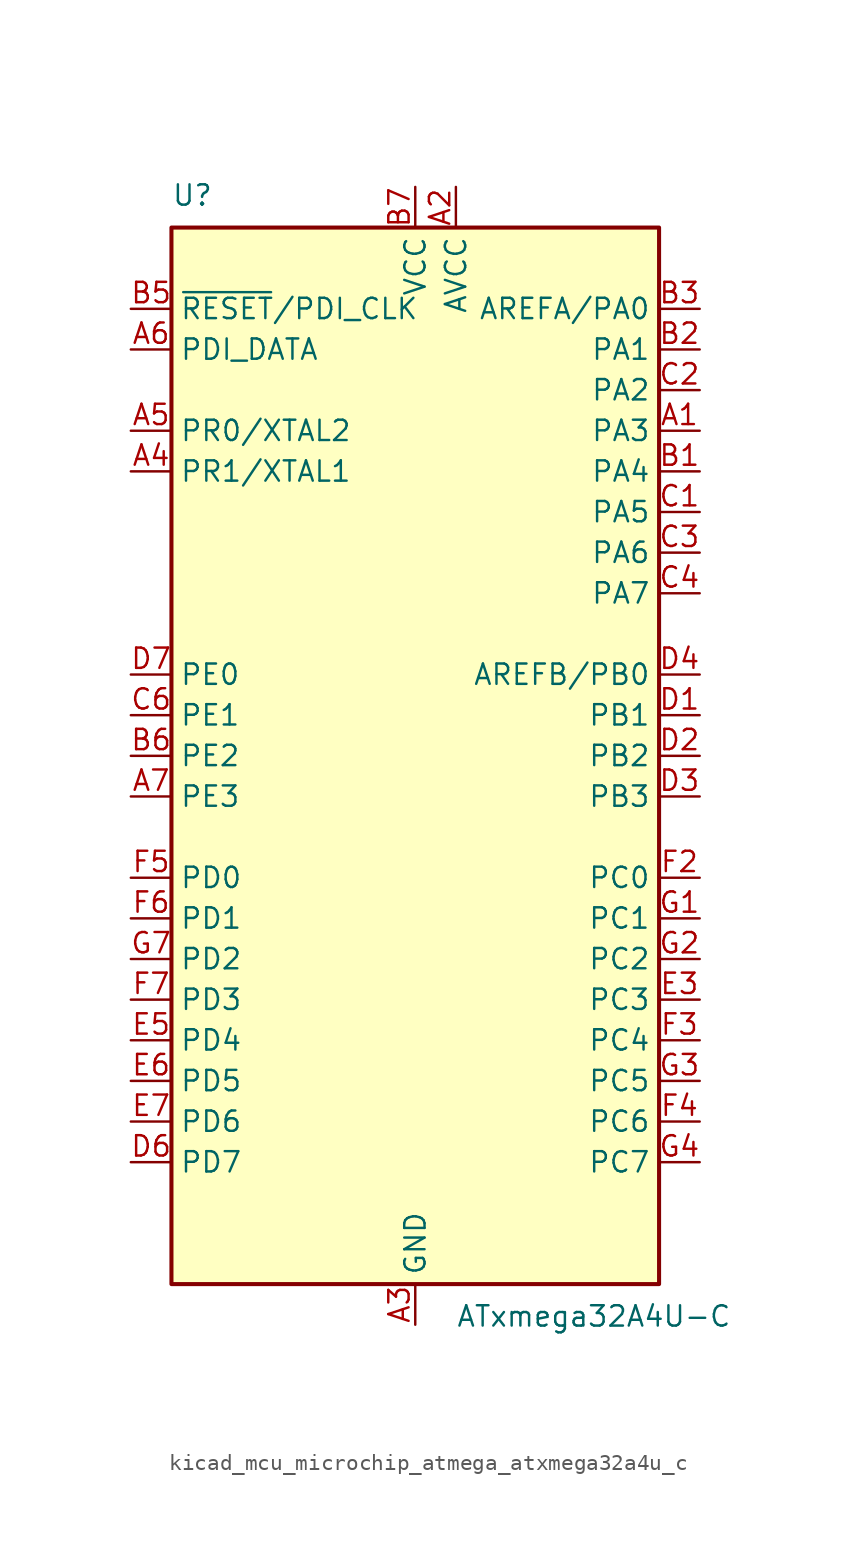
<source format=kicad_sym>
(kicad_symbol_lib
  (version 20220914)
  (generator kicad_symbol_editor)
  (symbol "kicad_mcu_microchip_atmega_atxmega32a4u_c"
    (property "Reference" "U"
      (at -15.24 34.29 0)
      (effects (font (size 1.27 1.27)) (justify left bottom)))
    (property "Value" "ATxmega32A4U-C"
      (at 2.54 -34.29 0)
      (effects (font (size 1.27 1.27)) (justify left top)))
    (symbol "kicad_mcu_microchip_atmega_atxmega32a4u_c_0_1"
      (rectangle (start -15.24 -33.02) (end 15.24 33.02) (stroke (width 0.254) (type default)) (fill (type background))))
    (symbol "kicad_mcu_microchip_atmega_atxmega32a4u_c_1_1"
      (pin bidirectional line (at 17.78 20.32 180) (length 2.54) (name "PA3" (effects (font (size 1.27 1.27)))) (number "A1" (effects (font (size 1.27 1.27)))))
      (pin power_in line (at 2.54 35.56 270) (length 2.54) (name "AVCC" (effects (font (size 1.27 1.27)))) (number "A2" (effects (font (size 1.27 1.27)))))
      (pin power_in line (at 0 -35.56 90) (length 2.54) (name "GND" (effects (font (size 1.27 1.27)))) (number "A3" (effects (font (size 1.27 1.27)))))
      (pin bidirectional line (at -17.78 17.78 0) (length 2.54) (name "PR1/XTAL1" (effects (font (size 1.27 1.27)))) (number "A4" (effects (font (size 1.27 1.27)))))
      (pin bidirectional line (at -17.78 20.32 0) (length 2.54) (name "PR0/XTAL2" (effects (font (size 1.27 1.27)))) (number "A5" (effects (font (size 1.27 1.27)))))
      (pin bidirectional line (at -17.78 25.4 0) (length 2.54) (name "PDI_DATA" (effects (font (size 1.27 1.27)))) (number "A6" (effects (font (size 1.27 1.27)))))
      (pin bidirectional line (at -17.78 -2.54 0) (length 2.54) (name "PE3" (effects (font (size 1.27 1.27)))) (number "A7" (effects (font (size 1.27 1.27)))))
      (pin bidirectional line (at 17.78 17.78 180) (length 2.54) (name "PA4" (effects (font (size 1.27 1.27)))) (number "B1" (effects (font (size 1.27 1.27)))))
      (pin bidirectional line (at 17.78 25.4 180) (length 2.54) (name "PA1" (effects (font (size 1.27 1.27)))) (number "B2" (effects (font (size 1.27 1.27)))))
      (pin bidirectional line (at 17.78 27.94 180) (length 2.54) (name "AREFA/PA0" (effects (font (size 1.27 1.27)))) (number "B3" (effects (font (size 1.27 1.27)))))
      (pin passive line (at 0 -35.56 90) (length 2.54) hide (name "GND" (effects (font (size 1.27 1.27)))) (number "B4" (effects (font (size 1.27 1.27)))))
      (pin input line (at -17.78 27.94 0) (length 2.54) (name "~{RESET}/PDI_CLK" (effects (font (size 1.27 1.27)))) (number "B5" (effects (font (size 1.27 1.27)))))
      (pin bidirectional line (at -17.78 0 0) (length 2.54) (name "PE2" (effects (font (size 1.27 1.27)))) (number "B6" (effects (font (size 1.27 1.27)))))
      (pin power_in line (at 0 35.56 270) (length 2.54) (name "VCC" (effects (font (size 1.27 1.27)))) (number "B7" (effects (font (size 1.27 1.27)))))
      (pin bidirectional line (at 17.78 15.24 180) (length 2.54) (name "PA5" (effects (font (size 1.27 1.27)))) (number "C1" (effects (font (size 1.27 1.27)))))
      (pin bidirectional line (at 17.78 22.86 180) (length 2.54) (name "PA2" (effects (font (size 1.27 1.27)))) (number "C2" (effects (font (size 1.27 1.27)))))
      (pin bidirectional line (at 17.78 12.7 180) (length 2.54) (name "PA6" (effects (font (size 1.27 1.27)))) (number "C3" (effects (font (size 1.27 1.27)))))
      (pin bidirectional line (at 17.78 10.16 180) (length 2.54) (name "PA7" (effects (font (size 1.27 1.27)))) (number "C4" (effects (font (size 1.27 1.27)))))
      (pin passive line (at 0 -35.56 90) (length 2.54) hide (name "GND" (effects (font (size 1.27 1.27)))) (number "C5" (effects (font (size 1.27 1.27)))))
      (pin bidirectional line (at -17.78 2.54 0) (length 2.54) (name "PE1" (effects (font (size 1.27 1.27)))) (number "C6" (effects (font (size 1.27 1.27)))))
      (pin passive line (at 0 -35.56 90) (length 2.54) hide (name "GND" (effects (font (size 1.27 1.27)))) (number "C7" (effects (font (size 1.27 1.27)))))
      (pin bidirectional line (at 17.78 2.54 180) (length 2.54) (name "PB1" (effects (font (size 1.27 1.27)))) (number "D1" (effects (font (size 1.27 1.27)))))
      (pin bidirectional line (at 17.78 0 180) (length 2.54) (name "PB2" (effects (font (size 1.27 1.27)))) (number "D2" (effects (font (size 1.27 1.27)))))
      (pin bidirectional line (at 17.78 -2.54 180) (length 2.54) (name "PB3" (effects (font (size 1.27 1.27)))) (number "D3" (effects (font (size 1.27 1.27)))))
      (pin bidirectional line (at 17.78 5.08 180) (length 2.54) (name "AREFB/PB0" (effects (font (size 1.27 1.27)))) (number "D4" (effects (font (size 1.27 1.27)))))
      (pin passive line (at 0 -35.56 90) (length 2.54) hide (name "GND" (effects (font (size 1.27 1.27)))) (number "D5" (effects (font (size 1.27 1.27)))))
      (pin bidirectional line (at -17.78 -25.4 0) (length 2.54) (name "PD7" (effects (font (size 1.27 1.27)))) (number "D6" (effects (font (size 1.27 1.27)))))
      (pin bidirectional line (at -17.78 5.08 0) (length 2.54) (name "PE0" (effects (font (size 1.27 1.27)))) (number "D7" (effects (font (size 1.27 1.27)))))
      (pin passive line (at 0 -35.56 90) (length 2.54) hide (name "GND" (effects (font (size 1.27 1.27)))) (number "E1" (effects (font (size 1.27 1.27)))))
      (pin passive line (at 0 -35.56 90) (length 2.54) hide (name "GND" (effects (font (size 1.27 1.27)))) (number "E2" (effects (font (size 1.27 1.27)))))
      (pin bidirectional line (at 17.78 -15.24 180) (length 2.54) (name "PC3" (effects (font (size 1.27 1.27)))) (number "E3" (effects (font (size 1.27 1.27)))))
      (pin passive line (at 0 -35.56 90) (length 2.54) hide (name "GND" (effects (font (size 1.27 1.27)))) (number "E4" (effects (font (size 1.27 1.27)))))
      (pin bidirectional line (at -17.78 -17.78 0) (length 2.54) (name "PD4" (effects (font (size 1.27 1.27)))) (number "E5" (effects (font (size 1.27 1.27)))))
      (pin bidirectional line (at -17.78 -20.32 0) (length 2.54) (name "PD5" (effects (font (size 1.27 1.27)))) (number "E6" (effects (font (size 1.27 1.27)))))
      (pin bidirectional line (at -17.78 -22.86 0) (length 2.54) (name "PD6" (effects (font (size 1.27 1.27)))) (number "E7" (effects (font (size 1.27 1.27)))))
      (pin passive line (at 0 35.56 270) (length 2.54) hide (name "VCC" (effects (font (size 1.27 1.27)))) (number "F1" (effects (font (size 1.27 1.27)))))
      (pin bidirectional line (at 17.78 -7.62 180) (length 2.54) (name "PC0" (effects (font (size 1.27 1.27)))) (number "F2" (effects (font (size 1.27 1.27)))))
      (pin bidirectional line (at 17.78 -17.78 180) (length 2.54) (name "PC4" (effects (font (size 1.27 1.27)))) (number "F3" (effects (font (size 1.27 1.27)))))
      (pin bidirectional line (at 17.78 -22.86 180) (length 2.54) (name "PC6" (effects (font (size 1.27 1.27)))) (number "F4" (effects (font (size 1.27 1.27)))))
      (pin bidirectional line (at -17.78 -7.62 0) (length 2.54) (name "PD0" (effects (font (size 1.27 1.27)))) (number "F5" (effects (font (size 1.27 1.27)))))
      (pin bidirectional line (at -17.78 -10.16 0) (length 2.54) (name "PD1" (effects (font (size 1.27 1.27)))) (number "F6" (effects (font (size 1.27 1.27)))))
      (pin bidirectional line (at -17.78 -15.24 0) (length 2.54) (name "PD3" (effects (font (size 1.27 1.27)))) (number "F7" (effects (font (size 1.27 1.27)))))
      (pin bidirectional line (at 17.78 -10.16 180) (length 2.54) (name "PC1" (effects (font (size 1.27 1.27)))) (number "G1" (effects (font (size 1.27 1.27)))))
      (pin bidirectional line (at 17.78 -12.7 180) (length 2.54) (name "PC2" (effects (font (size 1.27 1.27)))) (number "G2" (effects (font (size 1.27 1.27)))))
      (pin bidirectional line (at 17.78 -20.32 180) (length 2.54) (name "PC5" (effects (font (size 1.27 1.27)))) (number "G3" (effects (font (size 1.27 1.27)))))
      (pin bidirectional line (at 17.78 -25.4 180) (length 2.54) (name "PC7" (effects (font (size 1.27 1.27)))) (number "G4" (effects (font (size 1.27 1.27)))))
      (pin passive line (at 0 -35.56 90) (length 2.54) hide (name "GND" (effects (font (size 1.27 1.27)))) (number "G5" (effects (font (size 1.27 1.27)))))
      (pin passive line (at 0 35.56 270) (length 2.54) hide (name "VCC" (effects (font (size 1.27 1.27)))) (number "G6" (effects (font (size 1.27 1.27)))))
      (pin bidirectional line (at -17.78 -12.7 0) (length 2.54) (name "PD2" (effects (font (size 1.27 1.27)))) (number "G7" (effects (font (size 1.27 1.27))))))))
</source>
